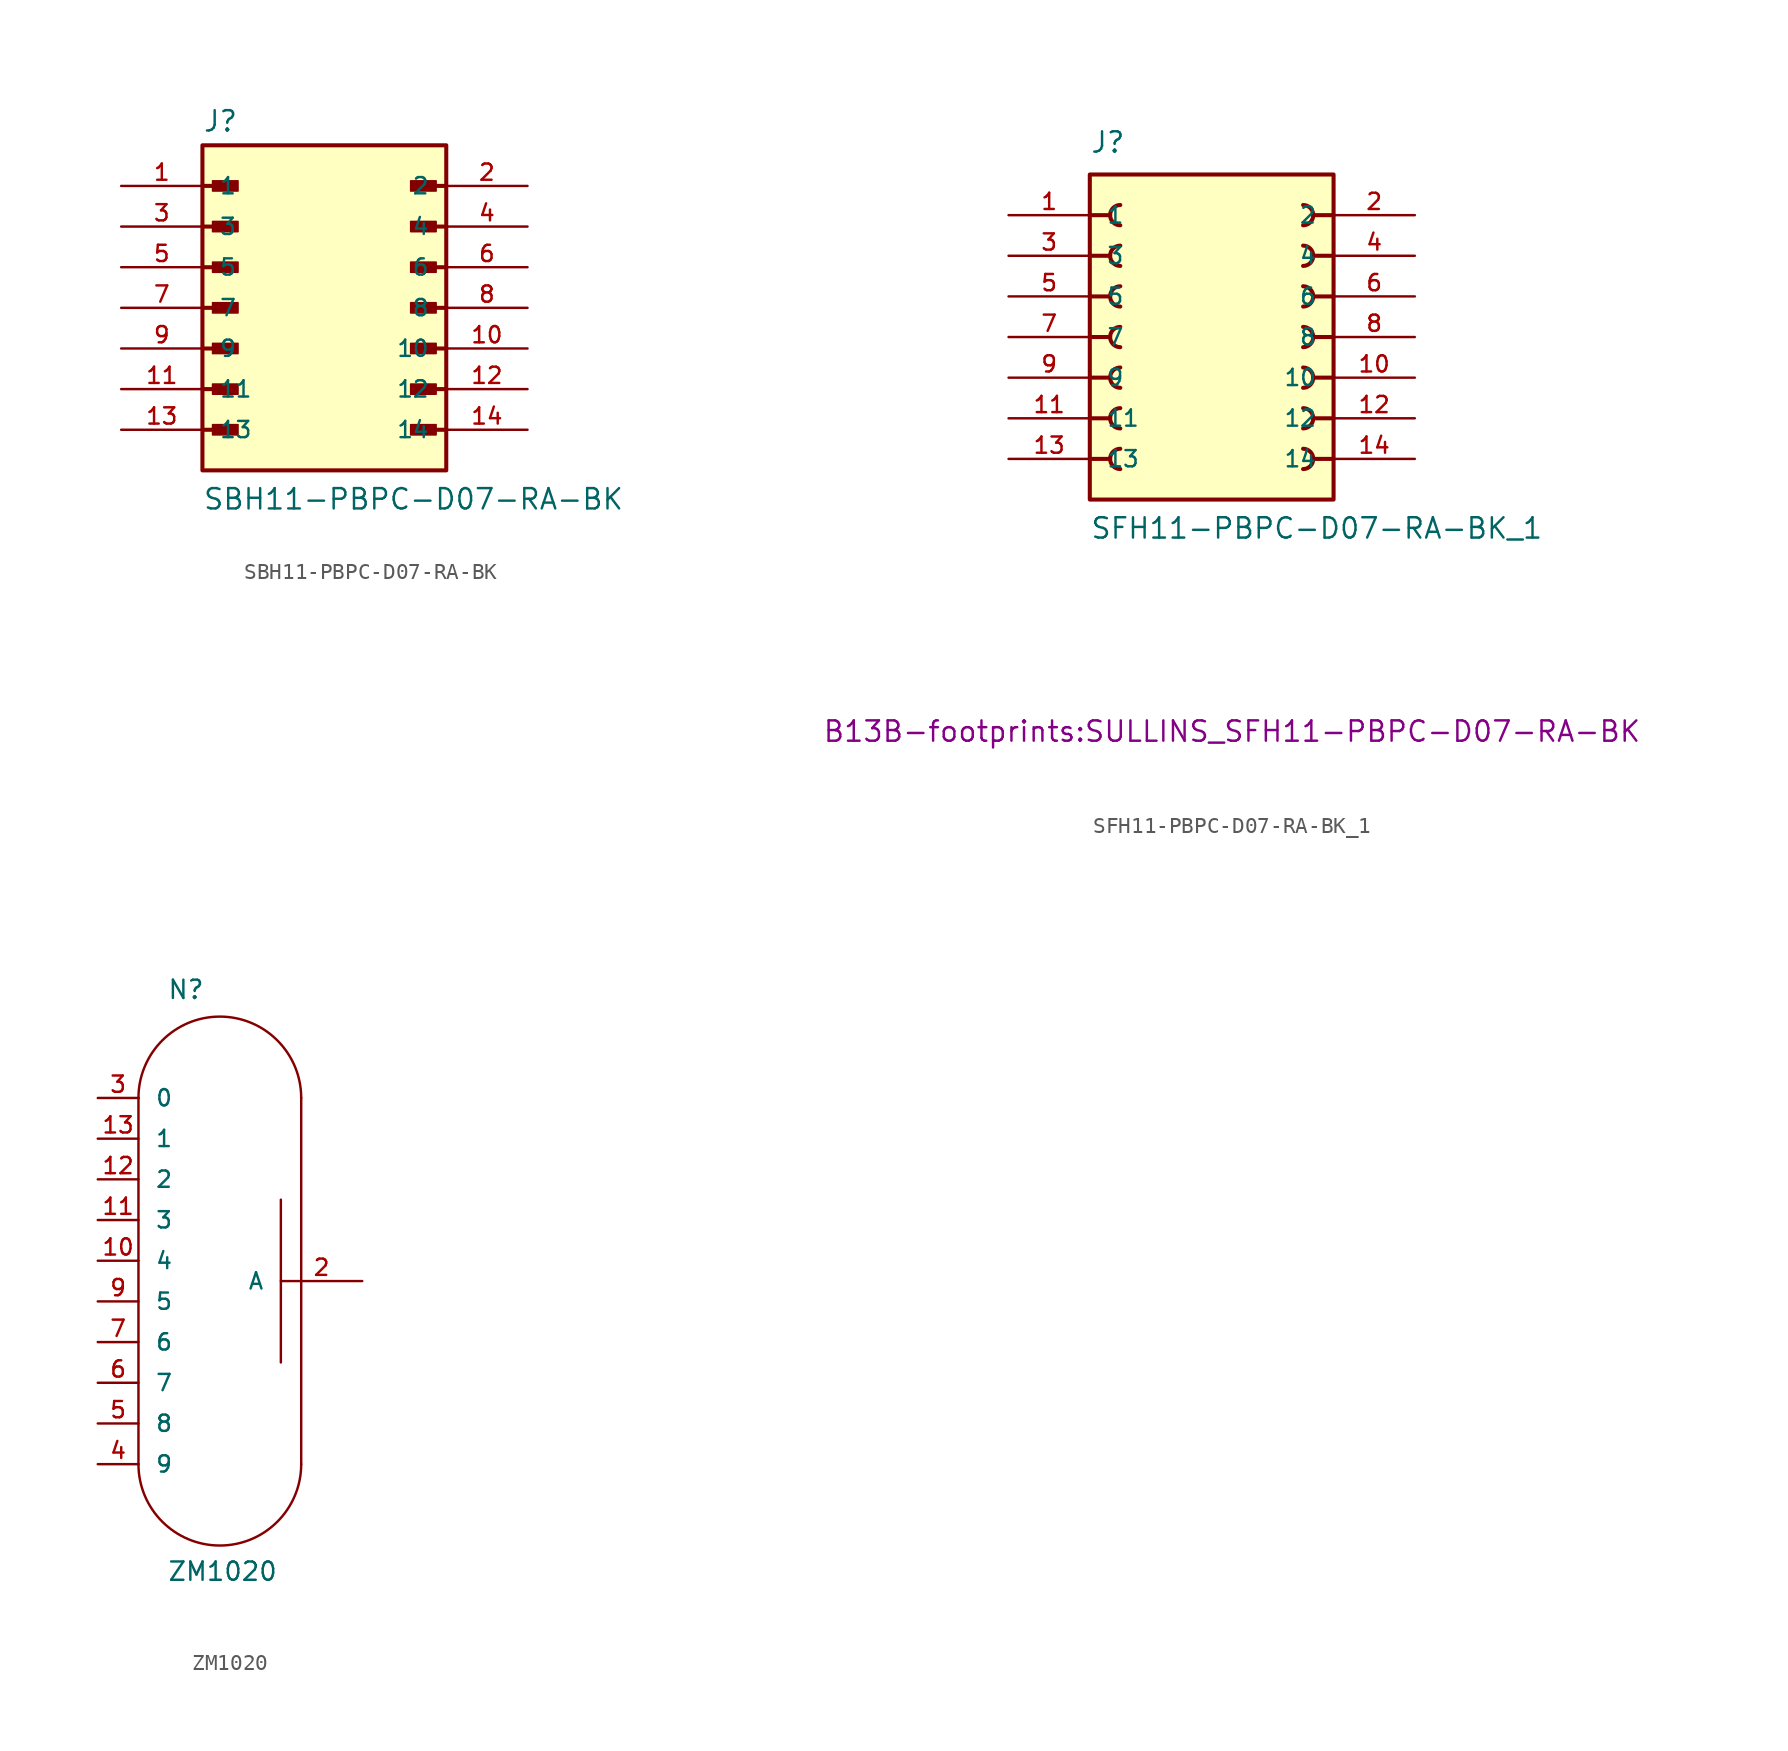
<source format=kicad_sym>
(kicad_symbol_lib
  (version 20220914)
  (generator kicad_symbol_editor)
  (symbol "SBH11-PBPC-D07-RA-BK"
    (pin_names
      (offset 1.016))
    (property "Reference" "J"
      (at -7.62 10.922 0)
      (effects (font (size 1.27 1.27)) (justify left bottom)))
    (property "Value" "SBH11-PBPC-D07-RA-BK"
      (at -7.62 -12.7 0)
      (effects (font (size 1.27 1.27)) (justify left bottom)))
    (symbol "SBH11-PBPC-D07-RA-BK_0_0"
      (rectangle (start -7.62 -10.16) (end 7.62 10.16) (stroke (width 0.254) (type default)) (fill (type background)))
      (rectangle (start -6.985 -7.938) (end -5.397 -7.303) (stroke (width 0.1) (type default)) (fill (type outline)))
      (rectangle (start -6.985 -5.397) (end -5.397 -4.763) (stroke (width 0.1) (type default)) (fill (type outline)))
      (rectangle (start -6.985 -2.857) (end -5.397 -2.223) (stroke (width 0.1) (type default)) (fill (type outline)))
      (rectangle (start -6.985 -0.318) (end -5.397 0.318) (stroke (width 0.1) (type default)) (fill (type outline)))
      (rectangle (start -6.985 2.223) (end -5.397 2.857) (stroke (width 0.1) (type default)) (fill (type outline)))
      (rectangle (start -6.985 4.763) (end -5.397 5.397) (stroke (width 0.1) (type default)) (fill (type outline)))
      (rectangle (start -6.985 7.303) (end -5.397 7.938) (stroke (width 0.1) (type default)) (fill (type outline)))
      (polyline (pts (xy -7.62 -7.62) (xy -5.715 -7.62)) (stroke (width 0.254) (type default)) (fill (type none)))
      (polyline (pts (xy -7.62 -5.08) (xy -5.715 -5.08)) (stroke (width 0.254) (type default)) (fill (type none)))
      (polyline (pts (xy -7.62 -2.54) (xy -5.715 -2.54)) (stroke (width 0.254) (type default)) (fill (type none)))
      (polyline (pts (xy -7.62 0) (xy -5.715 0)) (stroke (width 0.254) (type default)) (fill (type none)))
      (polyline (pts (xy -7.62 2.54) (xy -5.715 2.54)) (stroke (width 0.254) (type default)) (fill (type none)))
      (polyline (pts (xy -7.62 5.08) (xy -5.715 5.08)) (stroke (width 0.254) (type default)) (fill (type none)))
      (polyline (pts (xy -7.62 7.62) (xy -5.715 7.62)) (stroke (width 0.254) (type default)) (fill (type none)))
      (polyline (pts (xy 7.62 -7.62) (xy 5.715 -7.62)) (stroke (width 0.254) (type default)) (fill (type none)))
      (polyline (pts (xy 7.62 -5.08) (xy 5.715 -5.08)) (stroke (width 0.254) (type default)) (fill (type none)))
      (polyline (pts (xy 7.62 -2.54) (xy 5.715 -2.54)) (stroke (width 0.254) (type default)) (fill (type none)))
      (polyline (pts (xy 7.62 0) (xy 5.715 0)) (stroke (width 0.254) (type default)) (fill (type none)))
      (polyline (pts (xy 7.62 2.54) (xy 5.715 2.54)) (stroke (width 0.254) (type default)) (fill (type none)))
      (polyline (pts (xy 7.62 5.08) (xy 5.715 5.08)) (stroke (width 0.254) (type default)) (fill (type none)))
      (polyline (pts (xy 7.62 7.62) (xy 5.715 7.62)) (stroke (width 0.254) (type default)) (fill (type none)))
      (rectangle (start 5.397 -7.938) (end 6.985 -7.303) (stroke (width 0.1) (type default)) (fill (type outline)))
      (rectangle (start 5.397 -5.397) (end 6.985 -4.763) (stroke (width 0.1) (type default)) (fill (type outline)))
      (rectangle (start 5.397 -2.857) (end 6.985 -2.223) (stroke (width 0.1) (type default)) (fill (type outline)))
      (rectangle (start 5.397 -0.318) (end 6.985 0.318) (stroke (width 0.1) (type default)) (fill (type outline)))
      (rectangle (start 5.397 2.223) (end 6.985 2.857) (stroke (width 0.1) (type default)) (fill (type outline)))
      (rectangle (start 5.397 4.763) (end 6.985 5.397) (stroke (width 0.1) (type default)) (fill (type outline)))
      (rectangle (start 5.397 7.303) (end 6.985 7.938) (stroke (width 0.1) (type default)) (fill (type outline)))
      (pin passive line (at -12.7 7.62 0) (length 5.08) (name "1" (effects (font (size 1.016 1.016)))) (number "1" (effects (font (size 1.016 1.016)))))
      (pin passive line (at 12.7 -2.54 180) (length 5.08) (name "10" (effects (font (size 1.016 1.016)))) (number "10" (effects (font (size 1.016 1.016)))))
      (pin passive line (at -12.7 -5.08 0) (length 5.08) (name "11" (effects (font (size 1.016 1.016)))) (number "11" (effects (font (size 1.016 1.016)))))
      (pin passive line (at 12.7 -5.08 180) (length 5.08) (name "12" (effects (font (size 1.016 1.016)))) (number "12" (effects (font (size 1.016 1.016)))))
      (pin passive line (at -12.7 -7.62 0) (length 5.08) (name "13" (effects (font (size 1.016 1.016)))) (number "13" (effects (font (size 1.016 1.016)))))
      (pin passive line (at 12.7 -7.62 180) (length 5.08) (name "14" (effects (font (size 1.016 1.016)))) (number "14" (effects (font (size 1.016 1.016)))))
      (pin passive line (at 12.7 7.62 180) (length 5.08) (name "2" (effects (font (size 1.016 1.016)))) (number "2" (effects (font (size 1.016 1.016)))))
      (pin passive line (at -12.7 5.08 0) (length 5.08) (name "3" (effects (font (size 1.016 1.016)))) (number "3" (effects (font (size 1.016 1.016)))))
      (pin passive line (at 12.7 5.08 180) (length 5.08) (name "4" (effects (font (size 1.016 1.016)))) (number "4" (effects (font (size 1.016 1.016)))))
      (pin passive line (at -12.7 2.54 0) (length 5.08) (name "5" (effects (font (size 1.016 1.016)))) (number "5" (effects (font (size 1.016 1.016)))))
      (pin passive line (at 12.7 2.54 180) (length 5.08) (name "6" (effects (font (size 1.016 1.016)))) (number "6" (effects (font (size 1.016 1.016)))))
      (pin passive line (at -12.7 0 0) (length 5.08) (name "7" (effects (font (size 1.016 1.016)))) (number "7" (effects (font (size 1.016 1.016)))))
      (pin passive line (at 12.7 0 180) (length 5.08) (name "8" (effects (font (size 1.016 1.016)))) (number "8" (effects (font (size 1.016 1.016)))))
      (pin passive line (at -12.7 -2.54 0) (length 5.08) (name "9" (effects (font (size 1.016 1.016)))) (number "9" (effects (font (size 1.016 1.016)))))))
  (symbol "SFH11-PBPC-D07-RA-BK_1"
    (pin_names
      (offset 1.016))
    (property "Reference" "J"
      (at -7.62 11.43 0)
      (effects (font (size 1.27 1.27)) (justify left bottom)))
    (property "Value" "SFH11-PBPC-D07-RA-BK_1"
      (at -7.62 -12.7 0)
      (effects (font (size 1.27 1.27)) (justify left bottom)))
    (property "Footprint" "B13B-footprints:SULLINS_SFH11-PBPC-D07-RA-BK"
      (at 1.27 -25.4 0)
      (effects (font (size 1.27 1.27)) (justify bottom)))
    (symbol "SFH11-PBPC-D07-RA-BK_1_0_0"
      (rectangle (start -7.62 10.16) (end 7.62 -10.16) (stroke (width 0.254) (type default)) (fill (type background)))
      (arc (start -5.715 -6.985) (mid -6.3473 -7.62) (end -5.715 -8.255) (stroke (width 0.254) (type default)) (fill (type none)))
      (arc (start -5.715 -4.445) (mid -6.3473 -5.08) (end -5.715 -5.715) (stroke (width 0.254) (type default)) (fill (type none)))
      (arc (start -5.715 -1.905) (mid -6.3473 -2.54) (end -5.715 -3.175) (stroke (width 0.254) (type default)) (fill (type none)))
      (arc (start -5.715 0.635) (mid -6.3473 0) (end -5.715 -0.635) (stroke (width 0.254) (type default)) (fill (type none)))
      (arc (start -5.715 3.175) (mid -6.3473 2.54) (end -5.715 1.905) (stroke (width 0.254) (type default)) (fill (type none)))
      (arc (start -5.715 5.715) (mid -6.3473 5.08) (end -5.715 4.445) (stroke (width 0.254) (type default)) (fill (type none)))
      (arc (start -5.715 8.255) (mid -6.3473 7.62) (end -5.715 6.985) (stroke (width 0.254) (type default)) (fill (type none)))
      (polyline (pts (xy -7.62 -7.62) (xy -6.35 -7.62)) (stroke (width 0.254) (type default)) (fill (type none)))
      (polyline (pts (xy -7.62 -5.08) (xy -6.35 -5.08)) (stroke (width 0.254) (type default)) (fill (type none)))
      (polyline (pts (xy -7.62 -2.54) (xy -6.35 -2.54)) (stroke (width 0.254) (type default)) (fill (type none)))
      (polyline (pts (xy -7.62 0) (xy -6.35 0)) (stroke (width 0.254) (type default)) (fill (type none)))
      (polyline (pts (xy -7.62 2.54) (xy -6.35 2.54)) (stroke (width 0.254) (type default)) (fill (type none)))
      (polyline (pts (xy -7.62 5.08) (xy -6.35 5.08)) (stroke (width 0.254) (type default)) (fill (type none)))
      (polyline (pts (xy -7.62 7.62) (xy -6.35 7.62)) (stroke (width 0.254) (type default)) (fill (type none)))
      (polyline (pts (xy 7.62 -7.62) (xy 6.35 -7.62)) (stroke (width 0.254) (type default)) (fill (type none)))
      (polyline (pts (xy 7.62 -5.08) (xy 6.35 -5.08)) (stroke (width 0.254) (type default)) (fill (type none)))
      (polyline (pts (xy 7.62 -2.54) (xy 6.35 -2.54)) (stroke (width 0.254) (type default)) (fill (type none)))
      (polyline (pts (xy 7.62 0) (xy 6.35 0)) (stroke (width 0.254) (type default)) (fill (type none)))
      (polyline (pts (xy 7.62 2.54) (xy 6.35 2.54)) (stroke (width 0.254) (type default)) (fill (type none)))
      (polyline (pts (xy 7.62 5.08) (xy 6.35 5.08)) (stroke (width 0.254) (type default)) (fill (type none)))
      (polyline (pts (xy 7.62 7.62) (xy 6.35 7.62)) (stroke (width 0.254) (type default)) (fill (type none)))
      (arc (start 5.715 -8.255) (mid 6.3473 -7.62) (end 5.715 -6.985) (stroke (width 0.254) (type default)) (fill (type none)))
      (arc (start 5.715 -5.715) (mid 6.3473 -5.08) (end 5.715 -4.445) (stroke (width 0.254) (type default)) (fill (type none)))
      (arc (start 5.715 -3.175) (mid 6.3473 -2.54) (end 5.715 -1.905) (stroke (width 0.254) (type default)) (fill (type none)))
      (arc (start 5.715 -0.635) (mid 6.3473 0) (end 5.715 0.635) (stroke (width 0.254) (type default)) (fill (type none)))
      (arc (start 5.715 1.905) (mid 6.3473 2.54) (end 5.715 3.175) (stroke (width 0.254) (type default)) (fill (type none)))
      (arc (start 5.715 4.445) (mid 6.3473 5.08) (end 5.715 5.715) (stroke (width 0.254) (type default)) (fill (type none)))
      (arc (start 5.715 6.985) (mid 6.3473 7.62) (end 5.715 8.255) (stroke (width 0.254) (type default)) (fill (type none)))
      (pin passive line (at -12.7 7.62 0) (length 5.08) (name "1" (effects (font (size 1.016 1.016)))) (number "1" (effects (font (size 1.016 1.016)))))
      (pin passive line (at 12.7 -2.54 180) (length 5.08) (name "10" (effects (font (size 1.016 1.016)))) (number "10" (effects (font (size 1.016 1.016)))))
      (pin passive line (at -12.7 -5.08 0) (length 5.08) (name "11" (effects (font (size 1.016 1.016)))) (number "11" (effects (font (size 1.016 1.016)))))
      (pin passive line (at 12.7 -5.08 180) (length 5.08) (name "12" (effects (font (size 1.016 1.016)))) (number "12" (effects (font (size 1.016 1.016)))))
      (pin passive line (at -12.7 -7.62 0) (length 5.08) (name "13" (effects (font (size 1.016 1.016)))) (number "13" (effects (font (size 1.016 1.016)))))
      (pin passive line (at 12.7 -7.62 180) (length 5.08) (name "14" (effects (font (size 1.016 1.016)))) (number "14" (effects (font (size 1.016 1.016)))))
      (pin passive line (at 12.7 7.62 180) (length 5.08) (name "2" (effects (font (size 1.016 1.016)))) (number "2" (effects (font (size 1.016 1.016)))))
      (pin passive line (at -12.7 5.08 0) (length 5.08) (name "3" (effects (font (size 1.016 1.016)))) (number "3" (effects (font (size 1.016 1.016)))))
      (pin passive line (at 12.7 5.08 180) (length 5.08) (name "4" (effects (font (size 1.016 1.016)))) (number "4" (effects (font (size 1.016 1.016)))))
      (pin passive line (at -12.7 2.54 0) (length 5.08) (name "5" (effects (font (size 1.016 1.016)))) (number "5" (effects (font (size 1.016 1.016)))))
      (pin passive line (at 12.7 2.54 180) (length 5.08) (name "6" (effects (font (size 1.016 1.016)))) (number "6" (effects (font (size 1.016 1.016)))))
      (pin passive line (at -12.7 0 0) (length 5.08) (name "7" (effects (font (size 1.016 1.016)))) (number "7" (effects (font (size 1.016 1.016)))))
      (pin passive line (at 12.7 0 180) (length 5.08) (name "8" (effects (font (size 1.016 1.016)))) (number "8" (effects (font (size 1.016 1.016)))))
      (pin passive line (at -12.7 -2.54 0) (length 5.08) (name "9" (effects (font (size 1.016 1.016)))) (number "9" (effects (font (size 1.016 1.016)))))))
  (symbol "ZM1020"
    (pin_names
      (offset 1.016))
    (property "Reference" "N"
      (at -38.862 41.656 0)
      (effects (font (size 1.143 1.143)) (justify left bottom)))
    (property "Value" "ZM1020"
      (at -38.862 5.334 0)
      (effects (font (size 1.143 1.143)) (justify left bottom)))
    (property "ki_locked" ""
      (at 0 0 0)
      (effects (font (size 1.27 1.27))))
    (symbol "ZM1020_1_0"
      (polyline (pts (xy -40.64 35.56) (xy -40.64 12.7)) (stroke (width 0) (type solid)) (fill (type none)))
      (polyline (pts (xy -31.75 29.21) (xy -31.75 19.05)) (stroke (width 0) (type solid)) (fill (type none)))
      (polyline (pts (xy -30.48 35.56) (xy -30.48 12.7)) (stroke (width 0) (type solid)) (fill (type none))))
    (symbol "ZM1020_1_1"
      (arc (start -40.64 12.7) (mid -35.56 7.6421) (end -30.48 12.7) (stroke (width 0) (type solid)) (fill (type none)))
      (arc (start -30.48 35.56) (mid -35.56 40.6179) (end -40.64 35.56) (stroke (width 0) (type solid)) (fill (type none)))
      (pin passive line (at -43.18 25.4 0) (length 2.54) (name "4" (effects (font (size 1.016 1.016)))) (number "10" (effects (font (size 1.016 1.016)))))
      (pin passive line (at -43.18 27.94 0) (length 2.54) (name "3" (effects (font (size 1.016 1.016)))) (number "11" (effects (font (size 1.016 1.016)))))
      (pin passive line (at -43.18 30.48 0) (length 2.54) (name "2" (effects (font (size 1.016 1.016)))) (number "12" (effects (font (size 1.016 1.016)))))
      (pin passive line (at -43.18 33.02 0) (length 2.54) (name "1" (effects (font (size 1.016 1.016)))) (number "13" (effects (font (size 1.016 1.016)))))
      (pin passive line (at -26.67 24.13 180) (length 5.08) (name "A" (effects (font (size 1.016 1.016)))) (number "2" (effects (font (size 1.016 1.016)))))
      (pin passive line (at -43.18 35.56 0) (length 2.54) (name "0" (effects (font (size 1.016 1.016)))) (number "3" (effects (font (size 1.016 1.016)))))
      (pin passive line (at -43.18 12.7 0) (length 2.54) (name "9" (effects (font (size 1.016 1.016)))) (number "4" (effects (font (size 1.016 1.016)))))
      (pin passive line (at -43.18 15.24 0) (length 2.54) (name "8" (effects (font (size 1.016 1.016)))) (number "5" (effects (font (size 1.016 1.016)))))
      (pin passive line (at -43.18 17.78 0) (length 2.54) (name "7" (effects (font (size 1.016 1.016)))) (number "6" (effects (font (size 1.016 1.016)))))
      (pin passive line (at -43.18 20.32 0) (length 2.54) (name "6" (effects (font (size 1.016 1.016)))) (number "7" (effects (font (size 1.016 1.016)))))
      (pin passive line (at -43.18 22.86 0) (length 2.54) (name "5" (effects (font (size 1.016 1.016)))) (number "9" (effects (font (size 1.016 1.016))))))))
</source>
